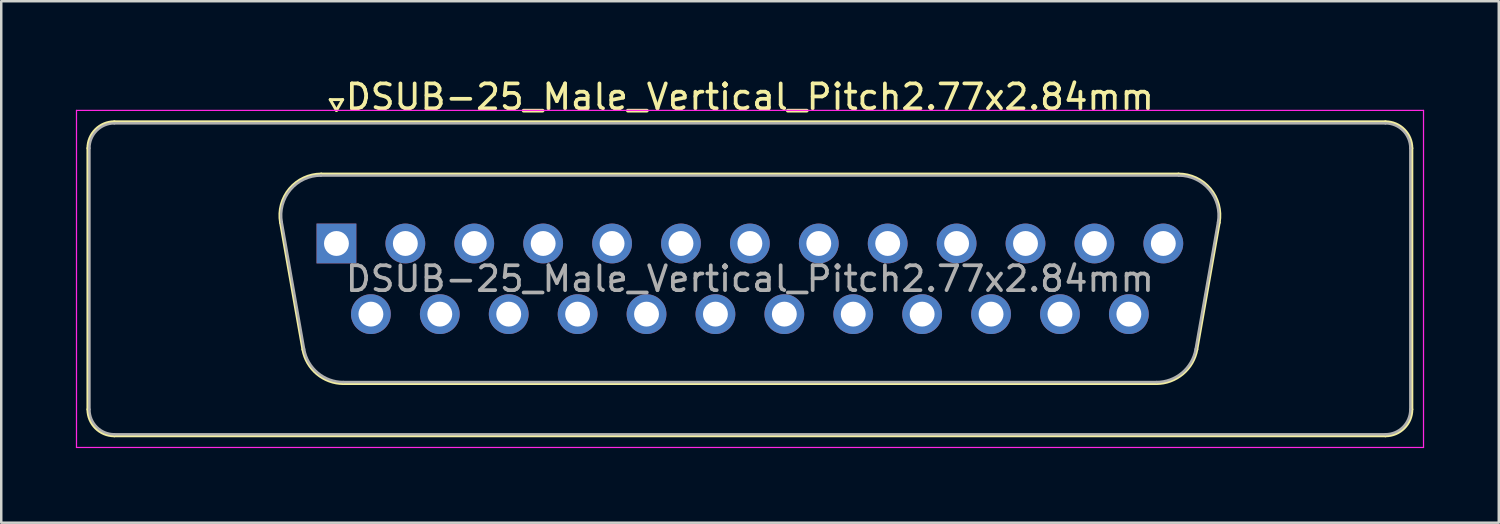
<source format=kicad_pcb>
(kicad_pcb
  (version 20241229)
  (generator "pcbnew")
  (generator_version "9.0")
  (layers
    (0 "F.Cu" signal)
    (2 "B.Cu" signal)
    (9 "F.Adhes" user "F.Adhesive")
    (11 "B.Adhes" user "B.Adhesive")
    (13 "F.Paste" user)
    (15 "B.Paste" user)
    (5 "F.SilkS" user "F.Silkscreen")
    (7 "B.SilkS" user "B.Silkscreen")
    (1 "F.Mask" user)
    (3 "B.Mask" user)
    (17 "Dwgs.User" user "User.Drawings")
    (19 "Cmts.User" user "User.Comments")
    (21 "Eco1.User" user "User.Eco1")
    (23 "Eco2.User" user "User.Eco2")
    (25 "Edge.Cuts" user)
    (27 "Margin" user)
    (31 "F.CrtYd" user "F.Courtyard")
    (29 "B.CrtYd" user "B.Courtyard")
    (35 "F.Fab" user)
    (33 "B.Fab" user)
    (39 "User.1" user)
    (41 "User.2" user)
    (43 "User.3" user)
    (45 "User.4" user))
  (footprint "DSUB-25_Male_Vertical_Pitch2.77x2.84mm"
    (layer "F.Cu")
    (at 10.475 6.738)
    (property "Reference" "DSUB-25_Male_Vertical_Pitch2.77x2.84mm" (at 16.62 -5.89 0) (layer "F.SilkS") (effects (font (size 1 1) (thickness 0.15))))
    (attr through_hole)
    (fp_line (start -9.99 6.67) (end -9.99 -3.83) (stroke (width 0.12) (type solid)) (layer "F.SilkS"))
    (fp_line (start -8.93 -4.89) (end 42.17 -4.89) (stroke (width 0.12) (type solid)) (layer "F.SilkS"))
    (fp_line (start -2.246 -0.842) (end -1.347 4.258) (stroke (width 0.12) (type solid)) (layer "F.SilkS"))
    (fp_line (start -0.612 -2.79) (end 33.852 -2.79) (stroke (width 0.12) (type solid)) (layer "F.SilkS"))
    (fp_line (start -0.25 -5.784) (end 0.25 -5.784) (stroke (width 0.12) (type solid)) (layer "F.SilkS"))
    (fp_line (start 0 -5.351) (end -0.25 -5.784) (stroke (width 0.12) (type solid)) (layer "F.SilkS"))
    (fp_line (start 0.25 -5.784) (end 0 -5.351) (stroke (width 0.12) (type solid)) (layer "F.SilkS"))
    (fp_line (start 0.288 5.63) (end 32.952 5.63) (stroke (width 0.12) (type solid)) (layer "F.SilkS"))
    (fp_line (start 35.486 -0.842) (end 34.587 4.258) (stroke (width 0.12) (type solid)) (layer "F.SilkS"))
    (fp_line (start 42.17 7.73) (end -8.93 7.73) (stroke (width 0.12) (type solid)) (layer "F.SilkS"))
    (fp_line (start 43.23 -3.83) (end 43.23 6.67) (stroke (width 0.12) (type solid)) (layer "F.SilkS"))
    (fp_arc (start -9.99 -3.83) (mid -9.679533 -4.579533) (end -8.93 -4.89) (stroke (width 0.12) (type solid)) (layer "F.SilkS"))
    (fp_arc (start -8.93 7.73) (mid -9.679533 7.419533) (end -9.99 6.67) (stroke (width 0.12) (type solid)) (layer "F.SilkS"))
    (fp_arc (start -2.24647 -0.841744) (mid -1.883323 -2.197028) (end -0.611689 -2.79) (stroke (width 0.12) (type solid)) (layer "F.SilkS"))
    (fp_arc (start 0.287579 5.63) (mid -0.779448 5.241634) (end -1.347202 4.258256) (stroke (width 0.12) (type solid)) (layer "F.SilkS"))
    (fp_arc (start 33.851689 -2.79) (mid 35.123323 -2.197027) (end 35.48647 -0.841744) (stroke (width 0.12) (type solid)) (layer "F.SilkS"))
    (fp_arc (start 34.587202 4.258256) (mid 34.019449 5.241634) (end 32.952421 5.63) (stroke (width 0.12) (type solid)) (layer "F.SilkS"))
    (fp_arc (start 42.17 -4.89) (mid 42.919533 -4.579533) (end 43.23 -3.83) (stroke (width 0.12) (type solid)) (layer "F.SilkS"))
    (fp_arc (start 43.23 6.67) (mid 42.919533 7.419533) (end 42.17 7.73) (stroke (width 0.12) (type solid)) (layer "F.SilkS"))
    (fp_line (start -10.45 -5.35) (end -10.45 8.2) (stroke (width 0.05) (type solid)) (layer "F.CrtYd"))
    (fp_line (start -10.45 8.2) (end 43.7 8.2) (stroke (width 0.05) (type solid)) (layer "F.CrtYd"))
    (fp_line (start 43.7 -5.35) (end -10.45 -5.35) (stroke (width 0.05) (type solid)) (layer "F.CrtYd"))
    (fp_line (start 43.7 8.2) (end 43.7 -5.35) (stroke (width 0.05) (type solid)) (layer "F.CrtYd"))
    (fp_line (start -9.93 6.67) (end -9.93 -3.83) (stroke (width 0.1) (type solid)) (layer "F.Fab"))
    (fp_line (start -8.93 -4.83) (end 42.17 -4.83) (stroke (width 0.1) (type solid)) (layer "F.Fab"))
    (fp_line (start -2.199 -0.852) (end -1.3 4.248) (stroke (width 0.1) (type solid)) (layer "F.Fab"))
    (fp_line (start -0.623 -2.73) (end 33.863 -2.73) (stroke (width 0.1) (type solid)) (layer "F.Fab"))
    (fp_line (start 0.276 5.57) (end 32.964 5.57) (stroke (width 0.1) (type solid)) (layer "F.Fab"))
    (fp_line (start 35.439 -0.852) (end 34.54 4.248) (stroke (width 0.1) (type solid)) (layer "F.Fab"))
    (fp_line (start 42.17 7.67) (end -8.93 7.67) (stroke (width 0.1) (type solid)) (layer "F.Fab"))
    (fp_line (start 43.17 -3.83) (end 43.17 6.67) (stroke (width 0.1) (type solid)) (layer "F.Fab"))
    (fp_arc (start -9.93 -3.83) (mid -9.637107 -4.537107) (end -8.93 -4.83) (stroke (width 0.1) (type solid)) (layer "F.Fab"))
    (fp_arc (start -8.93 7.67) (mid -9.637107 7.377107) (end -9.93 6.67) (stroke (width 0.1) (type solid)) (layer "F.Fab"))
    (fp_arc (start -2.198886 -0.852163) (mid -1.848865 -2.15846) (end -0.623194 -2.73) (stroke (width 0.1) (type solid)) (layer "F.Fab"))
    (fp_arc (start 0.276073 5.57) (mid -0.752387 5.195671) (end -1.299619 4.247837) (stroke (width 0.1) (type solid)) (layer "F.Fab"))
    (fp_arc (start 33.863194 -2.73) (mid 35.088865 -2.15846) (end 35.438886 -0.852163) (stroke (width 0.1) (type solid)) (layer "F.Fab"))
    (fp_arc (start 34.539619 4.247837) (mid 33.992387 5.195671) (end 32.963927 5.57) (stroke (width 0.1) (type solid)) (layer "F.Fab"))
    (fp_arc (start 42.17 -4.83) (mid 42.877107 -4.537107) (end 43.17 -3.83) (stroke (width 0.1) (type solid)) (layer "F.Fab"))
    (fp_arc (start 43.17 6.67) (mid 42.877107 7.377107) (end 42.17 7.67) (stroke (width 0.1) (type solid)) (layer "F.Fab"))
    (fp_text user "${REFERENCE}" (at 16.62 1.42 0) (layer "F.Fab") (effects (font (size 1 1) (thickness 0.15))))
    (pad "1" thru_hole rect (at 0 0) (size 1.6 1.6) (drill 1) (layers "*.Cu" "*.Mask"))
    (pad "2" thru_hole circle (at 2.77 0) (size 1.6 1.6) (drill 1) (layers "*.Cu" "*.Mask"))
    (pad "3" thru_hole circle (at 5.54 0) (size 1.6 1.6) (drill 1) (layers "*.Cu" "*.Mask"))
    (pad "4" thru_hole circle (at 8.31 0) (size 1.6 1.6) (drill 1) (layers "*.Cu" "*.Mask"))
    (pad "5" thru_hole circle (at 11.08 0) (size 1.6 1.6) (drill 1) (layers "*.Cu" "*.Mask"))
    (pad "6" thru_hole circle (at 13.85 0) (size 1.6 1.6) (drill 1) (layers "*.Cu" "*.Mask"))
    (pad "7" thru_hole circle (at 16.62 0) (size 1.6 1.6) (drill 1) (layers "*.Cu" "*.Mask"))
    (pad "8" thru_hole circle (at 19.39 0) (size 1.6 1.6) (drill 1) (layers "*.Cu" "*.Mask"))
    (pad "9" thru_hole circle (at 22.16 0) (size 1.6 1.6) (drill 1) (layers "*.Cu" "*.Mask"))
    (pad "10" thru_hole circle (at 24.93 0) (size 1.6 1.6) (drill 1) (layers "*.Cu" "*.Mask"))
    (pad "11" thru_hole circle (at 27.7 0) (size 1.6 1.6) (drill 1) (layers "*.Cu" "*.Mask"))
    (pad "12" thru_hole circle (at 30.47 0) (size 1.6 1.6) (drill 1) (layers "*.Cu" "*.Mask"))
    (pad "13" thru_hole circle (at 33.24 0) (size 1.6 1.6) (drill 1) (layers "*.Cu" "*.Mask"))
    (pad "14" thru_hole circle (at 1.385 2.84) (size 1.6 1.6) (drill 1) (layers "*.Cu" "*.Mask"))
    (pad "15" thru_hole circle (at 4.155 2.84) (size 1.6 1.6) (drill 1) (layers "*.Cu" "*.Mask"))
    (pad "16" thru_hole circle (at 6.925 2.84) (size 1.6 1.6) (drill 1) (layers "*.Cu" "*.Mask"))
    (pad "17" thru_hole circle (at 9.695 2.84) (size 1.6 1.6) (drill 1) (layers "*.Cu" "*.Mask"))
    (pad "18" thru_hole circle (at 12.465 2.84) (size 1.6 1.6) (drill 1) (layers "*.Cu" "*.Mask"))
    (pad "19" thru_hole circle (at 15.235 2.84) (size 1.6 1.6) (drill 1) (layers "*.Cu" "*.Mask"))
    (pad "20" thru_hole circle (at 18.005 2.84) (size 1.6 1.6) (drill 1) (layers "*.Cu" "*.Mask"))
    (pad "21" thru_hole circle (at 20.775 2.84) (size 1.6 1.6) (drill 1) (layers "*.Cu" "*.Mask"))
    (pad "22" thru_hole circle (at 23.545 2.84) (size 1.6 1.6) (drill 1) (layers "*.Cu" "*.Mask"))
    (pad "23" thru_hole circle (at 26.315 2.84) (size 1.6 1.6) (drill 1) (layers "*.Cu" "*.Mask"))
    (pad "24" thru_hole circle (at 29.085 2.84) (size 1.6 1.6) (drill 1) (layers "*.Cu" "*.Mask"))
    (pad "25" thru_hole circle (at 31.855 2.84) (size 1.6 1.6) (drill 1) (layers "*.Cu" "*.Mask")))
  (gr_rect
    (start -3 -3)
    (end 57.2 17.963)
    (stroke (width 0.1) (type default))
    (fill no)
    (layer "Edge.Cuts")))
</source>
